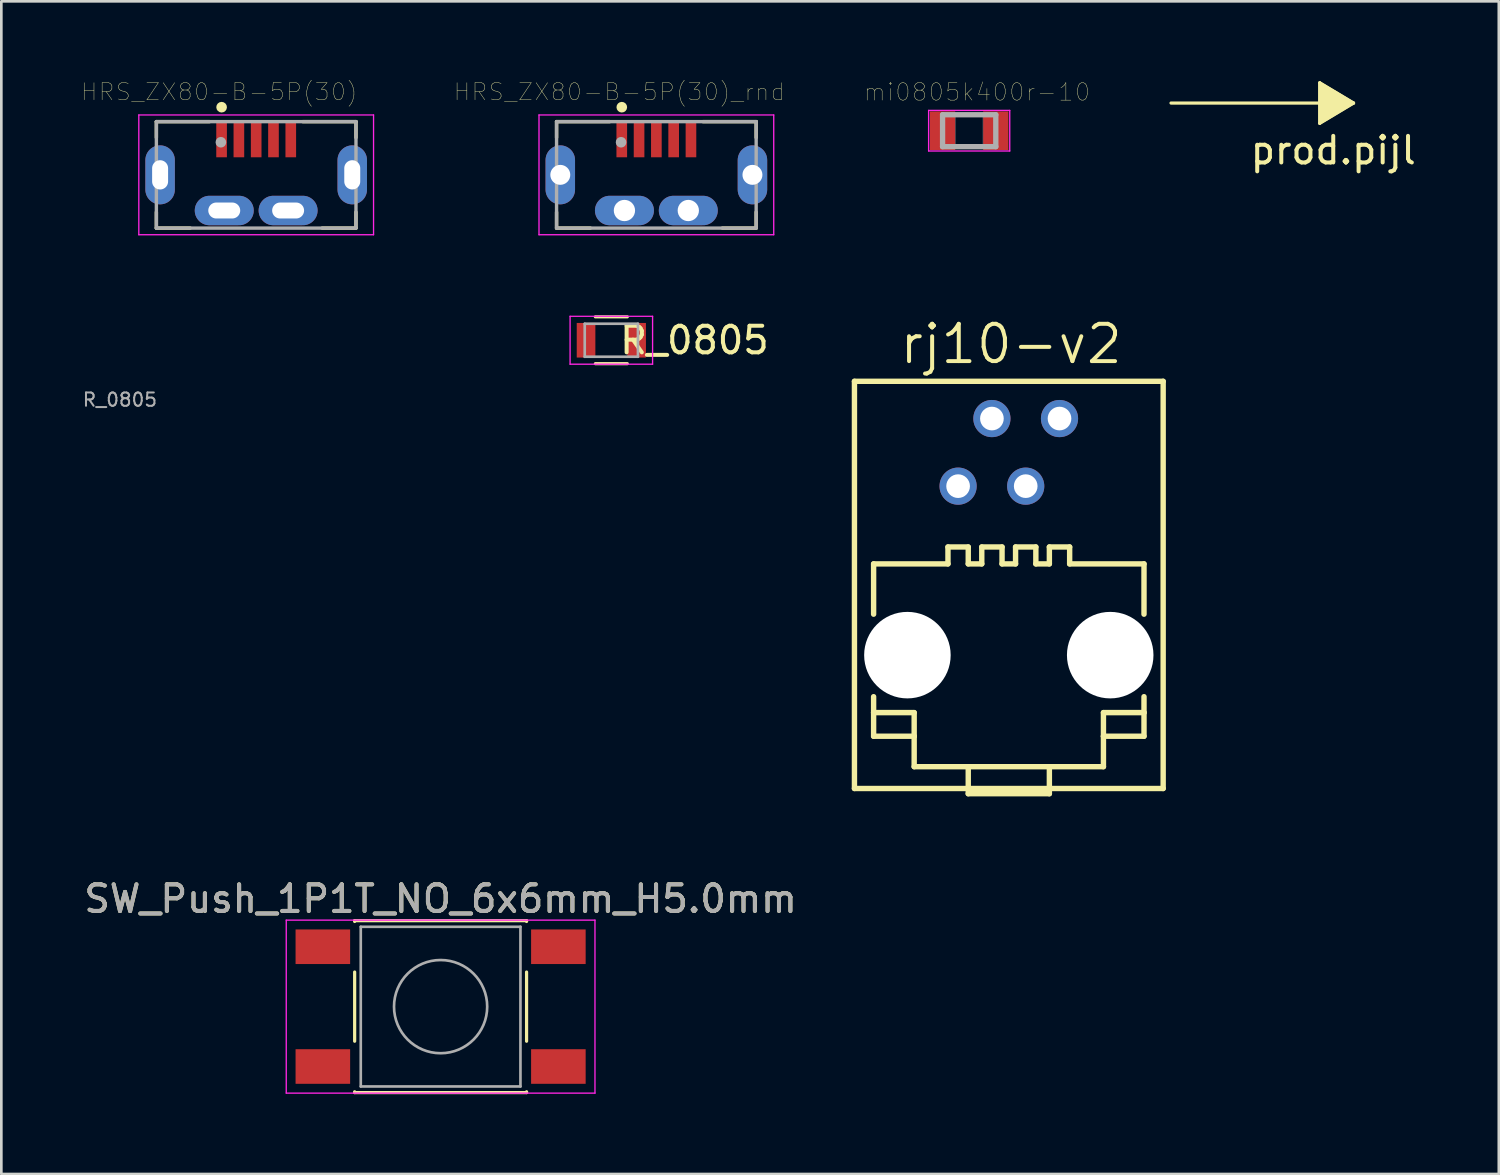
<source format=kicad_pcb>
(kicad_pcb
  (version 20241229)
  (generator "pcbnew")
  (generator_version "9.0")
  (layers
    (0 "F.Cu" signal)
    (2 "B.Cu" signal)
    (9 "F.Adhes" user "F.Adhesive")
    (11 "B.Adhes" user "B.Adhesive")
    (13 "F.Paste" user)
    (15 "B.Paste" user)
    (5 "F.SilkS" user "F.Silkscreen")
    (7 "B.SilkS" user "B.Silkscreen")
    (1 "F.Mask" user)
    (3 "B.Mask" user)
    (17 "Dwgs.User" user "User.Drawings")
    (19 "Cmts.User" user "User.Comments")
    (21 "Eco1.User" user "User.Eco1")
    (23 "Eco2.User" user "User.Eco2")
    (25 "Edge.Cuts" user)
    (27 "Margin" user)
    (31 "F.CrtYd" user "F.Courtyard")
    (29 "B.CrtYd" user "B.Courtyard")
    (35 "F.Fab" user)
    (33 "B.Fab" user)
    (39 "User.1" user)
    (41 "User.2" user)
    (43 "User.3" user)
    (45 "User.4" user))
  (footprint "mi0805k400r-10"
    (layer "F.Cu")
    (at 33.367 1.861)
    (property "Reference" "mi0805k400r-10" (at 0.291 -1.452 0) (layer "F.SilkS") (effects (font (size 0.656 0.656) (thickness 0.015))))
    (attr through_hole)
    (fp_line (start -1.524 -0.762) (end 1.524 -0.762) (stroke (width 0.05) (type solid)) (layer "F.CrtYd"))
    (fp_line (start -1.524 0.762) (end -1.524 -0.762) (stroke (width 0.05) (type solid)) (layer "F.CrtYd"))
    (fp_line (start 1.524 -0.762) (end 1.524 0.762) (stroke (width 0.05) (type solid)) (layer "F.CrtYd"))
    (fp_line (start 1.524 0.762) (end -1.524 0.762) (stroke (width 0.05) (type solid)) (layer "F.CrtYd"))
    (fp_line (start -1 -0.6) (end 1 -0.6) (stroke (width 0.2) (type solid)) (layer "F.Fab"))
    (fp_line (start -1 0.6) (end -1 -0.6) (stroke (width 0.2) (type solid)) (layer "F.Fab"))
    (fp_line (start 1 -0.6) (end 1 0.6) (stroke (width 0.2) (type solid)) (layer "F.Fab"))
    (fp_line (start 1 0.6) (end -1 0.6) (stroke (width 0.2) (type solid)) (layer "F.Fab"))
    (fp_poly (pts (xy -1.048 -0.6) (xy -0.5 -0.6) (xy -0.5 0.629) (xy -1.048 0.629)) (stroke (width 0.01) (type solid)) (fill no) (layer "F.Fab"))
    (fp_poly (pts (xy 0.518 -0.6) (xy 1 -0.6) (xy 1 0.622) (xy 0.518 0.622)) (stroke (width 0.01) (type solid)) (fill no) (layer "F.Fab"))
    (pad "1" smd rect (at -1 0) (size 0.95 1.45) (layers "F.Cu" "F.Mask" "F.Paste"))
    (pad "2" smd rect (at 1 0) (size 0.95 1.45) (layers "F.Cu" "F.Mask" "F.Paste")))
  (footprint "rj10-v2"
    (layer "F.Cu")
    (at 34.856 20.678)
    (property "Reference" "rj10-v2" (at 0.088 -10.8 0) (layer "F.SilkS") (effects (font (size 1.401 1.401) (thickness 0.15))))
    (attr through_hole)
    (fp_line (start -5.8 -9.4) (end -5.8 5.9) (stroke (width 0.203) (type solid)) (layer "F.SilkS"))
    (fp_line (start -5.8 5.9) (end 5.8 5.9) (stroke (width 0.203) (type solid)) (layer "F.SilkS"))
    (fp_line (start -5.08 -2.54) (end -5.08 -0.65) (stroke (width 0.203) (type solid)) (layer "F.SilkS"))
    (fp_line (start -5.08 2.45) (end -5.08 3.048) (stroke (width 0.203) (type solid)) (layer "F.SilkS"))
    (fp_line (start -5.08 3.048) (end -5.08 3.937) (stroke (width 0.203) (type solid)) (layer "F.SilkS"))
    (fp_line (start -5.08 3.048) (end -3.556 3.048) (stroke (width 0.203) (type solid)) (layer "F.SilkS"))
    (fp_line (start -5.08 3.937) (end -3.556 3.937) (stroke (width 0.203) (type solid)) (layer "F.SilkS"))
    (fp_line (start -3.556 3.048) (end -3.556 3.937) (stroke (width 0.203) (type solid)) (layer "F.SilkS"))
    (fp_line (start -3.556 3.937) (end -3.556 5.08) (stroke (width 0.203) (type solid)) (layer "F.SilkS"))
    (fp_line (start -3.556 5.08) (end -1.524 5.08) (stroke (width 0.203) (type solid)) (layer "F.SilkS"))
    (fp_line (start -2.286 -3.175) (end -2.286 -2.54) (stroke (width 0.203) (type solid)) (layer "F.SilkS"))
    (fp_line (start -2.286 -3.175) (end -1.524 -3.175) (stroke (width 0.203) (type solid)) (layer "F.SilkS"))
    (fp_line (start -2.286 -2.54) (end -5.08 -2.54) (stroke (width 0.203) (type solid)) (layer "F.SilkS"))
    (fp_line (start -1.524 -3.175) (end -1.524 -2.54) (stroke (width 0.203) (type solid)) (layer "F.SilkS"))
    (fp_line (start -1.524 5.08) (end -1.524 6.096) (stroke (width 0.203) (type solid)) (layer "F.SilkS"))
    (fp_line (start -1.524 5.08) (end 1.524 5.08) (stroke (width 0.203) (type solid)) (layer "F.SilkS"))
    (fp_line (start -1.524 6.096) (end 1.524 6.096) (stroke (width 0.203) (type solid)) (layer "F.SilkS"))
    (fp_line (start -1.016 -3.175) (end -1.016 -2.54) (stroke (width 0.203) (type solid)) (layer "F.SilkS"))
    (fp_line (start -1.016 -3.175) (end -0.254 -3.175) (stroke (width 0.203) (type solid)) (layer "F.SilkS"))
    (fp_line (start -1.016 -2.54) (end -1.524 -2.54) (stroke (width 0.203) (type solid)) (layer "F.SilkS"))
    (fp_line (start -0.254 -3.175) (end -0.254 -2.54) (stroke (width 0.203) (type solid)) (layer "F.SilkS"))
    (fp_line (start 0.254 -3.175) (end 0.254 -2.54) (stroke (width 0.203) (type solid)) (layer "F.SilkS"))
    (fp_line (start 0.254 -3.175) (end 1.016 -3.175) (stroke (width 0.203) (type solid)) (layer "F.SilkS"))
    (fp_line (start 0.254 -2.54) (end -0.254 -2.54) (stroke (width 0.203) (type solid)) (layer "F.SilkS"))
    (fp_line (start 1.016 -3.175) (end 1.016 -2.54) (stroke (width 0.203) (type solid)) (layer "F.SilkS"))
    (fp_line (start 1.524 -3.175) (end 1.524 -2.54) (stroke (width 0.203) (type solid)) (layer "F.SilkS"))
    (fp_line (start 1.524 -3.175) (end 2.286 -3.175) (stroke (width 0.203) (type solid)) (layer "F.SilkS"))
    (fp_line (start 1.524 -2.54) (end 1.016 -2.54) (stroke (width 0.203) (type solid)) (layer "F.SilkS"))
    (fp_line (start 1.524 5.08) (end 3.556 5.08) (stroke (width 0.203) (type solid)) (layer "F.SilkS"))
    (fp_line (start 1.524 6.096) (end 1.524 5.08) (stroke (width 0.203) (type solid)) (layer "F.SilkS"))
    (fp_line (start 2.286 -3.175) (end 2.286 -2.54) (stroke (width 0.203) (type solid)) (layer "F.SilkS"))
    (fp_line (start 3.556 3.048) (end 3.556 3.937) (stroke (width 0.203) (type solid)) (layer "F.SilkS"))
    (fp_line (start 3.556 3.937) (end 3.556 5.08) (stroke (width 0.203) (type solid)) (layer "F.SilkS"))
    (fp_line (start 5.08 -2.54) (end 2.286 -2.54) (stroke (width 0.203) (type solid)) (layer "F.SilkS"))
    (fp_line (start 5.08 -0.65) (end 5.08 -2.54) (stroke (width 0.203) (type solid)) (layer "F.SilkS"))
    (fp_line (start 5.08 3.048) (end 3.556 3.048) (stroke (width 0.203) (type solid)) (layer "F.SilkS"))
    (fp_line (start 5.08 3.048) (end 5.08 2.45) (stroke (width 0.203) (type solid)) (layer "F.SilkS"))
    (fp_line (start 5.08 3.937) (end 3.556 3.937) (stroke (width 0.203) (type solid)) (layer "F.SilkS"))
    (fp_line (start 5.08 3.937) (end 5.08 3.048) (stroke (width 0.203) (type solid)) (layer "F.SilkS"))
    (fp_line (start 5.8 -9.4) (end -5.8 -9.4) (stroke (width 0.203) (type solid)) (layer "F.SilkS"))
    (fp_line (start 5.8 5.9) (end 5.8 -9.4) (stroke (width 0.203) (type solid)) (layer "F.SilkS"))
    (pad "" np_thru_hole circle (at -3.81 0.889) (size 3.251 3.251) (drill 3.251) (layers "*.Cu" "*.Mask"))
    (pad "" np_thru_hole circle (at 3.81 0.889) (size 3.251 3.251) (drill 3.251) (layers "*.Cu" "*.Mask"))
    (pad "1" thru_hole circle (at -1.905 -5.461) (size 1.397 1.397) (drill 0.889) (layers "*.Cu" "*.Mask"))
    (pad "2" thru_hole circle (at -0.635 -8.001) (size 1.397 1.397) (drill 0.889) (layers "*.Cu" "*.Mask"))
    (pad "3" thru_hole circle (at 0.635 -5.461) (size 1.397 1.397) (drill 0.889) (layers "*.Cu" "*.Mask"))
    (pad "4" thru_hole circle (at 1.905 -8.001) (size 1.397 1.397) (drill 0.889) (layers "*.Cu" "*.Mask")))
  (footprint "SW_Push_1P1T_NO_6x6mm_H5.0mm"
    (layer "F.Cu")
    (at 13.506 34.774)
    (property "Reference" "SW_Push_1P1T_NO_6x6mm_H5.0mm" (at 0 -4.05 0) (layer "F.SilkS") (effects (font (size 1 1) (thickness 0.15))))
    (attr smd)
    (fp_line (start -3.23 -3.23) (end 3.23 -3.23) (stroke (width 0.12) (type solid)) (layer "F.SilkS"))
    (fp_line (start -3.23 -3.2) (end -3.23 -3.23) (stroke (width 0.12) (type solid)) (layer "F.SilkS"))
    (fp_line (start -3.23 -1.3) (end -3.23 1.3) (stroke (width 0.12) (type solid)) (layer "F.SilkS"))
    (fp_line (start -3.23 3.23) (end -3.23 3.2) (stroke (width 0.12) (type solid)) (layer "F.SilkS"))
    (fp_line (start -3.23 3.23) (end 3.23 3.23) (stroke (width 0.12) (type solid)) (layer "F.SilkS"))
    (fp_line (start 3.23 -3.23) (end 3.23 -3.2) (stroke (width 0.12) (type solid)) (layer "F.SilkS"))
    (fp_line (start 3.23 -1.3) (end 3.23 1.3) (stroke (width 0.12) (type solid)) (layer "F.SilkS"))
    (fp_line (start 3.23 3.23) (end 3.23 3.2) (stroke (width 0.12) (type solid)) (layer "F.SilkS"))
    (fp_line (start -5.8 -3.25) (end -5.8 3.25) (stroke (width 0.05) (type solid)) (layer "F.CrtYd"))
    (fp_line (start -5.8 -3.25) (end 5.8 -3.25) (stroke (width 0.05) (type solid)) (layer "F.CrtYd"))
    (fp_line (start -5.8 3.25) (end 5.8 3.25) (stroke (width 0.05) (type solid)) (layer "F.CrtYd"))
    (fp_line (start 5.8 3.25) (end 5.8 -3.25) (stroke (width 0.05) (type solid)) (layer "F.CrtYd"))
    (fp_line (start -3 -3) (end -3 3) (stroke (width 0.1) (type solid)) (layer "F.Fab"))
    (fp_line (start -3 3) (end 3 3) (stroke (width 0.1) (type solid)) (layer "F.Fab"))
    (fp_line (start 3 -3) (end -3 -3) (stroke (width 0.1) (type solid)) (layer "F.Fab"))
    (fp_line (start 3 3) (end 3 -3) (stroke (width 0.1) (type solid)) (layer "F.Fab"))
    (fp_circle (center 0 0) (end 1.75 -0.05) (stroke (width 0.1) (type solid)) (fill no) (layer "F.Fab"))
    (fp_text user "${REFERENCE}" (at 0 -4.05 0) (layer "F.Fab") (effects (font (size 1 1) (thickness 0.15))))
    (pad "1" smd rect (at -4.425 -2.25) (size 2.05 1.3) (layers "F.Cu" "F.Mask" "F.Paste"))
    (pad "1" smd rect (at 4.425 -2.25) (size 2.05 1.3) (layers "F.Cu" "F.Mask" "F.Paste"))
    (pad "2" smd rect (at -4.425 2.25) (size 2.05 1.3) (layers "F.Cu" "F.Mask" "F.Paste"))
    (pad "2" smd rect (at 4.425 2.25) (size 2.05 1.3) (layers "F.Cu" "F.Mask" "F.Paste")))
  (footprint "HRS_ZX80-B-5P(30)_rnd"
    (layer "F.Cu")
    (at 21.613 3.52)
    (property "Reference" "HRS_ZX80-B-5P(30)_rnd" (at -1.395 -3.117 0) (layer "F.SilkS") (effects (font (size 0.643 0.643) (thickness 0.015))))
    (attr through_hole)
    (fp_line (start -3.75 -2) (end -3.75 -1.4) (stroke (width 0.127) (type solid)) (layer "F.SilkS"))
    (fp_line (start -3.75 -2) (end -1.75 -2) (stroke (width 0.127) (type solid)) (layer "F.SilkS"))
    (fp_line (start -3.75 1.4) (end -3.75 2) (stroke (width 0.127) (type solid)) (layer "F.SilkS"))
    (fp_line (start -3.75 2) (end -2.48 2) (stroke (width 0.127) (type solid)) (layer "F.SilkS"))
    (fp_line (start 1.75 -2) (end 3.75 -2) (stroke (width 0.127) (type solid)) (layer "F.SilkS"))
    (fp_line (start 3.75 -2) (end 3.75 -1.4) (stroke (width 0.127) (type solid)) (layer "F.SilkS"))
    (fp_line (start 3.75 1.4) (end 3.75 2) (stroke (width 0.127) (type solid)) (layer "F.SilkS"))
    (fp_line (start 3.75 2) (end 2.48 2) (stroke (width 0.127) (type solid)) (layer "F.SilkS"))
    (fp_circle (center -1.299 -2.542) (end -1.199 -2.542) (stroke (width 0.2) (type solid)) (fill no) (layer "F.SilkS"))
    (fp_line (start -4.41 -2.25) (end 4.41 -2.25) (stroke (width 0.05) (type solid)) (layer "F.CrtYd"))
    (fp_line (start -4.41 2.25) (end -4.41 -2.25) (stroke (width 0.05) (type solid)) (layer "F.CrtYd"))
    (fp_line (start 4.41 -2.25) (end 4.41 2.25) (stroke (width 0.05) (type solid)) (layer "F.CrtYd"))
    (fp_line (start 4.41 2.25) (end -4.41 2.25) (stroke (width 0.05) (type solid)) (layer "F.CrtYd"))
    (fp_line (start -3.75 -2) (end 3.75 -2) (stroke (width 0.127) (type solid)) (layer "F.Fab"))
    (fp_line (start -3.75 2) (end -3.75 -2) (stroke (width 0.127) (type solid)) (layer "F.Fab"))
    (fp_line (start 3.75 -2) (end 3.75 2) (stroke (width 0.127) (type solid)) (layer "F.Fab"))
    (fp_line (start 3.75 2) (end -3.75 2) (stroke (width 0.127) (type solid)) (layer "F.Fab"))
    (fp_circle (center -1.326 -1.225) (end -1.226 -1.225) (stroke (width 0.2) (type solid)) (fill no) (layer "F.Fab"))
    (pad "1" smd rect (at -1.3 -1.31) (size 0.4 1.3) (layers "F.Cu" "F.Mask" "F.Paste"))
    (pad "2" smd rect (at -0.65 -1.31) (size 0.4 1.3) (layers "F.Cu" "F.Mask" "F.Paste"))
    (pad "3" smd rect (at 0 -1.31) (size 0.4 1.3) (layers "F.Cu" "F.Mask" "F.Paste"))
    (pad "4" smd rect (at 0.65 -1.31) (size 0.4 1.3) (layers "F.Cu" "F.Mask" "F.Paste"))
    (pad "5" smd rect (at 1.3 -1.31) (size 0.4 1.3) (layers "F.Cu" "F.Mask" "F.Paste"))
    (pad "SH1" thru_hole oval (at -3.61 0) (size 1.108 2.216) (drill 0.75) (layers "*.Cu" "*.Mask"))
    (pad "SH2" thru_hole oval (at -1.2 1.34) (size 2.216 1.108) (drill 0.8) (layers "*.Cu" "*.Mask"))
    (pad "SH3" thru_hole oval (at 1.2 1.34) (size 2.216 1.108) (drill 0.8) (layers "*.Cu" "*.Mask"))
    (pad "SH4" thru_hole oval (at 3.61 0) (size 1.108 2.216) (drill 0.75) (layers "*.Cu" "*.Mask")))
  (footprint "HRS_ZX80-B-5P(30)"
    (layer "F.Cu")
    (at 6.576 3.52)
    (property "Reference" "HRS_ZX80-B-5P(30)" (at -1.395 -3.117 0) (layer "F.SilkS") (effects (font (size 0.643 0.643) (thickness 0.015))))
    (attr through_hole)
    (fp_line (start -3.75 -2) (end -3.75 -1.4) (stroke (width 0.127) (type solid)) (layer "F.SilkS"))
    (fp_line (start -3.75 -2) (end -1.75 -2) (stroke (width 0.127) (type solid)) (layer "F.SilkS"))
    (fp_line (start -3.75 1.4) (end -3.75 2) (stroke (width 0.127) (type solid)) (layer "F.SilkS"))
    (fp_line (start -3.75 2) (end -2.48 2) (stroke (width 0.127) (type solid)) (layer "F.SilkS"))
    (fp_line (start 1.75 -2) (end 3.75 -2) (stroke (width 0.127) (type solid)) (layer "F.SilkS"))
    (fp_line (start 3.75 -2) (end 3.75 -1.4) (stroke (width 0.127) (type solid)) (layer "F.SilkS"))
    (fp_line (start 3.75 1.4) (end 3.75 2) (stroke (width 0.127) (type solid)) (layer "F.SilkS"))
    (fp_line (start 3.75 2) (end 2.48 2) (stroke (width 0.127) (type solid)) (layer "F.SilkS"))
    (fp_circle (center -1.299 -2.542) (end -1.199 -2.542) (stroke (width 0.2) (type solid)) (fill no) (layer "F.SilkS"))
    (fp_line (start -4.41 -2.25) (end 4.41 -2.25) (stroke (width 0.05) (type solid)) (layer "F.CrtYd"))
    (fp_line (start -4.41 2.25) (end -4.41 -2.25) (stroke (width 0.05) (type solid)) (layer "F.CrtYd"))
    (fp_line (start 4.41 -2.25) (end 4.41 2.25) (stroke (width 0.05) (type solid)) (layer "F.CrtYd"))
    (fp_line (start 4.41 2.25) (end -4.41 2.25) (stroke (width 0.05) (type solid)) (layer "F.CrtYd"))
    (fp_line (start -3.75 -2) (end 3.75 -2) (stroke (width 0.127) (type solid)) (layer "F.Fab"))
    (fp_line (start -3.75 2) (end -3.75 -2) (stroke (width 0.127) (type solid)) (layer "F.Fab"))
    (fp_line (start 3.75 -2) (end 3.75 2) (stroke (width 0.127) (type solid)) (layer "F.Fab"))
    (fp_line (start 3.75 2) (end -3.75 2) (stroke (width 0.127) (type solid)) (layer "F.Fab"))
    (fp_circle (center -1.326 -1.225) (end -1.226 -1.225) (stroke (width 0.2) (type solid)) (fill no) (layer "F.Fab"))
    (pad "1" smd rect (at -1.3 -1.31) (size 0.4 1.3) (layers "F.Cu" "F.Mask" "F.Paste"))
    (pad "2" smd rect (at -0.65 -1.31) (size 0.4 1.3) (layers "F.Cu" "F.Mask" "F.Paste"))
    (pad "3" smd rect (at 0 -1.31) (size 0.4 1.3) (layers "F.Cu" "F.Mask" "F.Paste"))
    (pad "4" smd rect (at 0.65 -1.31) (size 0.4 1.3) (layers "F.Cu" "F.Mask" "F.Paste"))
    (pad "5" smd rect (at 1.3 -1.31) (size 0.4 1.3) (layers "F.Cu" "F.Mask" "F.Paste"))
    (pad "SH1" thru_hole oval (at -3.61 0) (size 1.108 2.216) (drill oval 0.6 1.1) (layers "*.Cu" "*.Mask"))
    (pad "SH2" thru_hole oval (at -1.2 1.34) (size 2.216 1.108) (drill oval 1.2 0.6) (layers "*.Cu" "*.Mask"))
    (pad "SH3" thru_hole oval (at 1.2 1.34) (size 2.216 1.108) (drill oval 1.2 0.6) (layers "*.Cu" "*.Mask"))
    (pad "SH4" thru_hole oval (at 3.61 0) (size 1.108 2.216) (drill oval 0.6 1.1) (layers "*.Cu" "*.Mask")))
  (footprint "prod.pijl"
    (layer "F.Cu")
    (at 47.809 0.822)
    (property "Reference" "prod.pijl" (at -0.762 1.778 0) (layer "F.SilkS") (effects (font (size 1 1) (thickness 0.15))))
    (attr through_hole)
    (fp_line (start -6.858 0) (end 0 0) (stroke (width 0.12) (type solid)) (layer "F.SilkS"))
    (fp_line (start -1.27 -0.762) (end -1.27 0.762) (stroke (width 0.12) (type solid)) (layer "F.SilkS"))
    (fp_line (start -1.27 0.762) (end 0 0) (stroke (width 0.12) (type solid)) (layer "F.SilkS"))
    (fp_line (start 0 0) (end -1.27 -0.762) (stroke (width 0.12) (type solid)) (layer "F.SilkS"))
    (fp_poly (pts (xy 0 0) (xy -1.27 0.762) (xy -1.27 -0.762)) (stroke (width 0.1) (type solid)) (fill yes) (layer "F.SilkS")))
  (footprint "R_0805"
    (layer "F.Cu")
    (at 19.921 9.735)
    (property "Reference" "R_0805" (at 3.122 0 0) (layer "F.SilkS") (effects (font (size 1 1) (thickness 0.15))))
    (attr smd)
    (fp_line (start -0.6 -0.88) (end 0.6 -0.88) (stroke (width 0.12) (type solid)) (layer "F.SilkS"))
    (fp_line (start 0.6 0.88) (end -0.6 0.88) (stroke (width 0.12) (type solid)) (layer "F.SilkS"))
    (fp_line (start -1.55 -0.9) (end -1.55 0.9) (stroke (width 0.05) (type solid)) (layer "F.CrtYd"))
    (fp_line (start -1.55 -0.9) (end 1.55 -0.9) (stroke (width 0.05) (type solid)) (layer "F.CrtYd"))
    (fp_line (start 1.55 0.9) (end -1.55 0.9) (stroke (width 0.05) (type solid)) (layer "F.CrtYd"))
    (fp_line (start 1.55 0.9) (end 1.55 -0.9) (stroke (width 0.05) (type solid)) (layer "F.CrtYd"))
    (fp_line (start -1 -0.62) (end 1 -0.62) (stroke (width 0.1) (type solid)) (layer "F.Fab"))
    (fp_line (start -1 0.62) (end -1 -0.62) (stroke (width 0.1) (type solid)) (layer "F.Fab"))
    (fp_line (start 1 -0.62) (end 1 0.62) (stroke (width 0.1) (type solid)) (layer "F.Fab"))
    (fp_line (start 1 0.62) (end -1 0.62) (stroke (width 0.1) (type solid)) (layer "F.Fab"))
    (fp_text user "${REFERENCE}" (at -18.466 2.235 0) (layer "F.Fab") (effects (font (size 0.5 0.5) (thickness 0.075))))
    (pad "1" smd rect (at -0.95 0) (size 0.7 1.3) (layers "F.Cu" "F.Mask" "F.Paste"))
    (pad "2" smd rect (at 0.95 0) (size 0.7 1.3) (layers "F.Cu" "F.Mask" "F.Paste")))
  (gr_rect
    (start -3 -3)
    (end 53.268 41.064)
    (stroke (width 0.1) (type default))
    (fill no)
    (layer "Edge.Cuts")))
</source>
